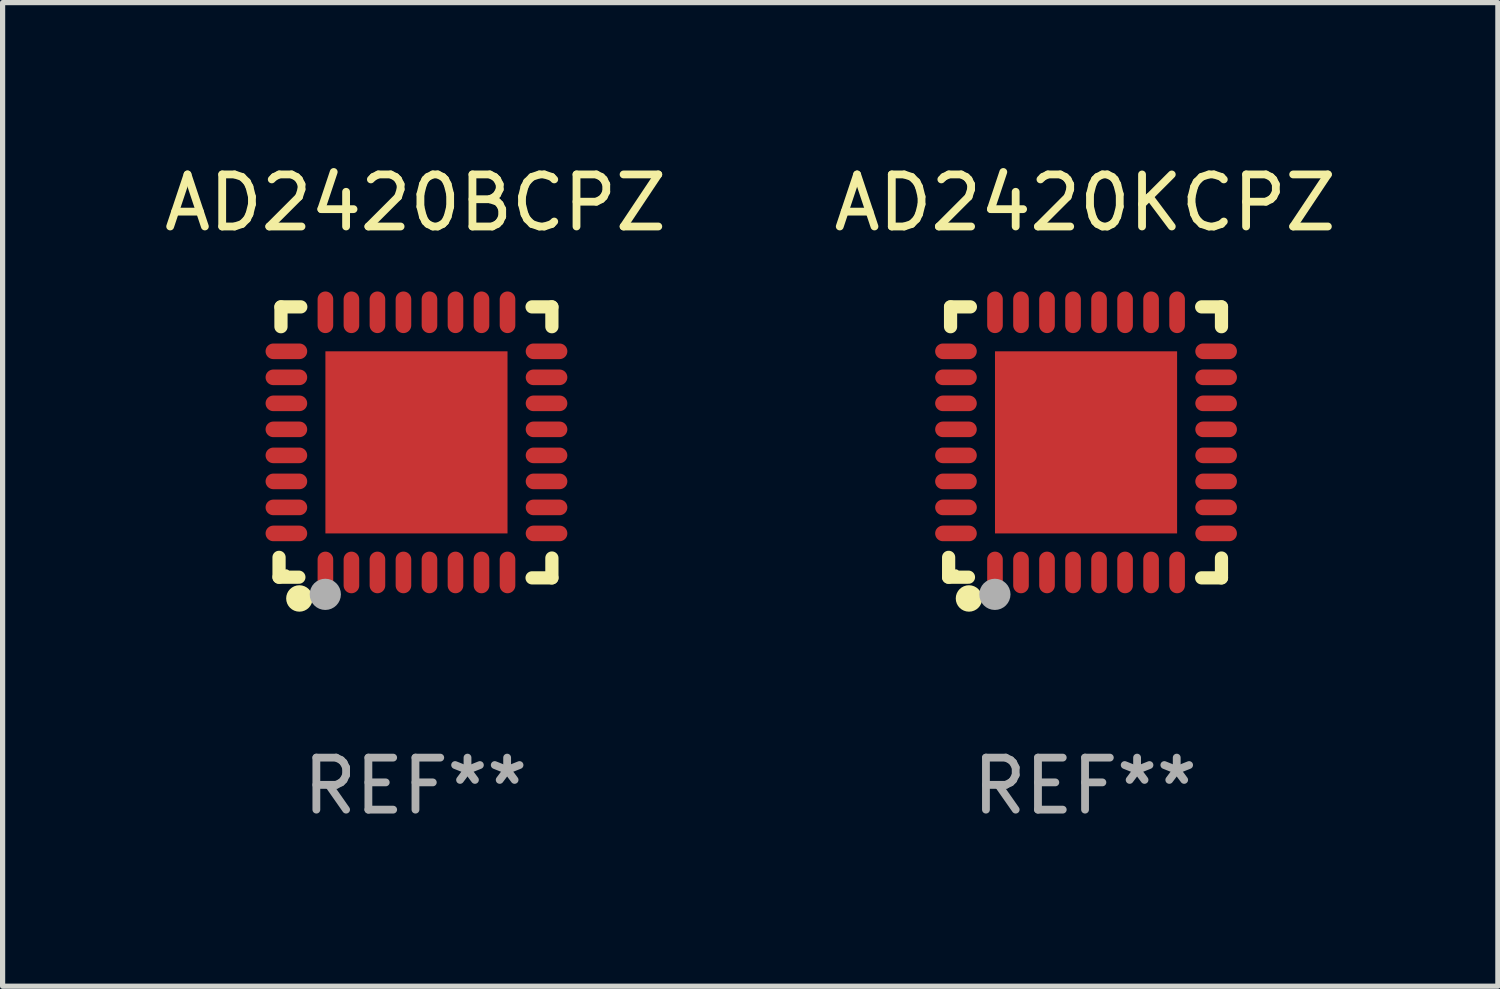
<source format=kicad_pcb>
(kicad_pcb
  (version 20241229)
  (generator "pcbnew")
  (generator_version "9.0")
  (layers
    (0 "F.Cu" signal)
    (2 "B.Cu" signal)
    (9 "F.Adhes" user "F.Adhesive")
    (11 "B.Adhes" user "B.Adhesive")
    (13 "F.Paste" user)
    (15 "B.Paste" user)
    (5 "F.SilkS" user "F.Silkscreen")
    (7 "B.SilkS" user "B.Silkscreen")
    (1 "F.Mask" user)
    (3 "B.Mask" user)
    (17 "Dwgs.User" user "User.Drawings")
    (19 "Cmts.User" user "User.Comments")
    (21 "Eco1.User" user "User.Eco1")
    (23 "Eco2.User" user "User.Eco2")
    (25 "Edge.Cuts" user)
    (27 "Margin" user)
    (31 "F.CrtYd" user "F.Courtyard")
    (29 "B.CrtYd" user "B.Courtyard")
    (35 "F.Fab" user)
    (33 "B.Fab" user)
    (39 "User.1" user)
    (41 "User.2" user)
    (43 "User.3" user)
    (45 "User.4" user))
  (footprint "AD2420KCPZ"
    (layer "F.Cu")
    (at 17.804 5.452)
    (property "Reference" "AD2420KCPZ" (at 0 -4.604 0) (layer "F.SilkS") (effects (font (size 1 1) (thickness 0.15))))
    (attr through_hole)
    (fp_line (start -2.622 2.21) (end -2.622 2.591) (stroke (width 0.254) (type solid)) (layer "F.SilkS"))
    (fp_line (start -2.622 2.591) (end -2.241 2.591) (stroke (width 0.254) (type solid)) (layer "F.SilkS"))
    (fp_line (start -2.585 -2.604) (end -2.585 -2.223) (stroke (width 0.254) (type solid)) (layer "F.SilkS"))
    (fp_line (start -2.204 -2.604) (end -2.585 -2.604) (stroke (width 0.254) (type solid)) (layer "F.SilkS"))
    (fp_line (start 2.241 2.604) (end 2.622 2.604) (stroke (width 0.254) (type solid)) (layer "F.SilkS"))
    (fp_line (start 2.622 -2.604) (end 2.241 -2.604) (stroke (width 0.254) (type solid)) (layer "F.SilkS"))
    (fp_line (start 2.622 -2.223) (end 2.622 -2.604) (stroke (width 0.254) (type solid)) (layer "F.SilkS"))
    (fp_line (start 2.622 2.604) (end 2.622 2.223) (stroke (width 0.254) (type solid)) (layer "F.SilkS"))
    (fp_circle (center -2.481 2.5) (end -2.451 2.5) (stroke (width 0.06) (type solid)) (fill no) (layer "F.SilkS"))
    (fp_circle (center -2.231 3) (end -2.104 3) (stroke (width 0.254) (type solid)) (fill no) (layer "F.SilkS"))
    (fp_circle (center -1.733 2.921) (end -1.583 2.921) (stroke (width 0.3) (type solid)) (fill no) (layer "F.Fab"))
    (fp_text user "REF**" (at 0 6.604 0) (layer "F.Fab") (effects (font (size 1 1) (thickness 0.15))))
    (pad "1" smd oval (at -1.731 2.5 90) (size 0.8 0.3) (layers "F.Cu" "F.Mask" "F.Paste"))
    (pad "2" smd oval (at -1.231 2.5 90) (size 0.8 0.3) (layers "F.Cu" "F.Mask" "F.Paste"))
    (pad "3" smd oval (at -0.731 2.5 90) (size 0.8 0.3) (layers "F.Cu" "F.Mask" "F.Paste"))
    (pad "4" smd oval (at -0.231 2.5 90) (size 0.8 0.3) (layers "F.Cu" "F.Mask" "F.Paste"))
    (pad "5" smd oval (at 0.269 2.5 90) (size 0.8 0.3) (layers "F.Cu" "F.Mask" "F.Paste"))
    (pad "6" smd oval (at 0.769 2.5 90) (size 0.8 0.3) (layers "F.Cu" "F.Mask" "F.Paste"))
    (pad "7" smd oval (at 1.269 2.5 90) (size 0.8 0.3) (layers "F.Cu" "F.Mask" "F.Paste"))
    (pad "8" smd oval (at 1.769 2.5 90) (size 0.8 0.3) (layers "F.Cu" "F.Mask" "F.Paste"))
    (pad "9" smd oval (at 2.519 1.75 180) (size 0.8 0.3) (layers "F.Cu" "F.Mask" "F.Paste"))
    (pad "10" smd oval (at 2.519 1.25 180) (size 0.8 0.3) (layers "F.Cu" "F.Mask" "F.Paste"))
    (pad "11" smd oval (at 2.519 0.75 180) (size 0.8 0.3) (layers "F.Cu" "F.Mask" "F.Paste"))
    (pad "12" smd oval (at 2.519 0.25 180) (size 0.8 0.3) (layers "F.Cu" "F.Mask" "F.Paste"))
    (pad "13" smd oval (at 2.519 -0.25 180) (size 0.8 0.3) (layers "F.Cu" "F.Mask" "F.Paste"))
    (pad "14" smd oval (at 2.519 -0.75 180) (size 0.8 0.3) (layers "F.Cu" "F.Mask" "F.Paste"))
    (pad "15" smd oval (at 2.519 -1.25 180) (size 0.8 0.3) (layers "F.Cu" "F.Mask" "F.Paste"))
    (pad "16" smd oval (at 2.519 -1.75 180) (size 0.8 0.3) (layers "F.Cu" "F.Mask" "F.Paste"))
    (pad "17" smd oval (at 1.769 -2.5 270) (size 0.8 0.3) (layers "F.Cu" "F.Mask" "F.Paste"))
    (pad "18" smd oval (at 1.269 -2.5 270) (size 0.8 0.3) (layers "F.Cu" "F.Mask" "F.Paste"))
    (pad "19" smd oval (at 0.769 -2.5 270) (size 0.8 0.3) (layers "F.Cu" "F.Mask" "F.Paste"))
    (pad "20" smd oval (at 0.269 -2.5 270) (size 0.8 0.3) (layers "F.Cu" "F.Mask" "F.Paste"))
    (pad "21" smd oval (at -0.231 -2.5 270) (size 0.8 0.3) (layers "F.Cu" "F.Mask" "F.Paste"))
    (pad "22" smd oval (at -0.731 -2.5 270) (size 0.8 0.3) (layers "F.Cu" "F.Mask" "F.Paste"))
    (pad "23" smd oval (at -1.231 -2.5 270) (size 0.8 0.3) (layers "F.Cu" "F.Mask" "F.Paste"))
    (pad "24" smd oval (at -1.731 -2.5 270) (size 0.8 0.3) (layers "F.Cu" "F.Mask" "F.Paste"))
    (pad "25" smd oval (at -2.481 -1.75) (size 0.8 0.3) (layers "F.Cu" "F.Mask" "F.Paste"))
    (pad "26" smd oval (at -2.481 -1.25) (size 0.8 0.3) (layers "F.Cu" "F.Mask" "F.Paste"))
    (pad "27" smd oval (at -2.481 -0.75) (size 0.8 0.3) (layers "F.Cu" "F.Mask" "F.Paste"))
    (pad "28" smd oval (at -2.481 -0.25) (size 0.8 0.3) (layers "F.Cu" "F.Mask" "F.Paste"))
    (pad "29" smd oval (at -2.481 0.25) (size 0.8 0.3) (layers "F.Cu" "F.Mask" "F.Paste"))
    (pad "30" smd oval (at -2.481 0.75) (size 0.8 0.3) (layers "F.Cu" "F.Mask" "F.Paste"))
    (pad "31" smd oval (at -2.481 1.25) (size 0.8 0.3) (layers "F.Cu" "F.Mask" "F.Paste"))
    (pad "32" smd oval (at -2.481 1.75) (size 0.8 0.3) (layers "F.Cu" "F.Mask" "F.Paste"))
    (pad "33" smd rect (at 0.019 -0.000025 90) (size 3.5 3.5) (layers "F.Cu" "F.Mask" "F.Paste")))
  (footprint "AD2420BCPZ"
    (layer "F.Cu")
    (at 4.935 5.452)
    (property "Reference" "AD2420BCPZ" (at 0 -4.604 0) (layer "F.SilkS") (effects (font (size 1 1) (thickness 0.15))))
    (attr through_hole)
    (fp_line (start -2.622 2.21) (end -2.622 2.591) (stroke (width 0.254) (type solid)) (layer "F.SilkS"))
    (fp_line (start -2.622 2.591) (end -2.241 2.591) (stroke (width 0.254) (type solid)) (layer "F.SilkS"))
    (fp_line (start -2.585 -2.604) (end -2.585 -2.223) (stroke (width 0.254) (type solid)) (layer "F.SilkS"))
    (fp_line (start -2.204 -2.604) (end -2.585 -2.604) (stroke (width 0.254) (type solid)) (layer "F.SilkS"))
    (fp_line (start 2.241 2.604) (end 2.622 2.604) (stroke (width 0.254) (type solid)) (layer "F.SilkS"))
    (fp_line (start 2.622 -2.604) (end 2.241 -2.604) (stroke (width 0.254) (type solid)) (layer "F.SilkS"))
    (fp_line (start 2.622 -2.223) (end 2.622 -2.604) (stroke (width 0.254) (type solid)) (layer "F.SilkS"))
    (fp_line (start 2.622 2.604) (end 2.622 2.223) (stroke (width 0.254) (type solid)) (layer "F.SilkS"))
    (fp_circle (center -2.481 2.5) (end -2.451 2.5) (stroke (width 0.06) (type solid)) (fill no) (layer "F.SilkS"))
    (fp_circle (center -2.231 3) (end -2.104 3) (stroke (width 0.254) (type solid)) (fill no) (layer "F.SilkS"))
    (fp_circle (center -1.733 2.921) (end -1.583 2.921) (stroke (width 0.3) (type solid)) (fill no) (layer "F.Fab"))
    (fp_text user "REF**" (at 0 6.604 0) (layer "F.Fab") (effects (font (size 1 1) (thickness 0.15))))
    (pad "1" smd oval (at -1.731 2.5 90) (size 0.8 0.3) (layers "F.Cu" "F.Mask" "F.Paste"))
    (pad "2" smd oval (at -1.231 2.5 90) (size 0.8 0.3) (layers "F.Cu" "F.Mask" "F.Paste"))
    (pad "3" smd oval (at -0.731 2.5 90) (size 0.8 0.3) (layers "F.Cu" "F.Mask" "F.Paste"))
    (pad "4" smd oval (at -0.231 2.5 90) (size 0.8 0.3) (layers "F.Cu" "F.Mask" "F.Paste"))
    (pad "5" smd oval (at 0.269 2.5 90) (size 0.8 0.3) (layers "F.Cu" "F.Mask" "F.Paste"))
    (pad "6" smd oval (at 0.769 2.5 90) (size 0.8 0.3) (layers "F.Cu" "F.Mask" "F.Paste"))
    (pad "7" smd oval (at 1.269 2.5 90) (size 0.8 0.3) (layers "F.Cu" "F.Mask" "F.Paste"))
    (pad "8" smd oval (at 1.769 2.5 90) (size 0.8 0.3) (layers "F.Cu" "F.Mask" "F.Paste"))
    (pad "9" smd oval (at 2.519 1.75 180) (size 0.8 0.3) (layers "F.Cu" "F.Mask" "F.Paste"))
    (pad "10" smd oval (at 2.519 1.25 180) (size 0.8 0.3) (layers "F.Cu" "F.Mask" "F.Paste"))
    (pad "11" smd oval (at 2.519 0.75 180) (size 0.8 0.3) (layers "F.Cu" "F.Mask" "F.Paste"))
    (pad "12" smd oval (at 2.519 0.25 180) (size 0.8 0.3) (layers "F.Cu" "F.Mask" "F.Paste"))
    (pad "13" smd oval (at 2.519 -0.25 180) (size 0.8 0.3) (layers "F.Cu" "F.Mask" "F.Paste"))
    (pad "14" smd oval (at 2.519 -0.75 180) (size 0.8 0.3) (layers "F.Cu" "F.Mask" "F.Paste"))
    (pad "15" smd oval (at 2.519 -1.25 180) (size 0.8 0.3) (layers "F.Cu" "F.Mask" "F.Paste"))
    (pad "16" smd oval (at 2.519 -1.75 180) (size 0.8 0.3) (layers "F.Cu" "F.Mask" "F.Paste"))
    (pad "17" smd oval (at 1.769 -2.5 270) (size 0.8 0.3) (layers "F.Cu" "F.Mask" "F.Paste"))
    (pad "18" smd oval (at 1.269 -2.5 270) (size 0.8 0.3) (layers "F.Cu" "F.Mask" "F.Paste"))
    (pad "19" smd oval (at 0.769 -2.5 270) (size 0.8 0.3) (layers "F.Cu" "F.Mask" "F.Paste"))
    (pad "20" smd oval (at 0.269 -2.5 270) (size 0.8 0.3) (layers "F.Cu" "F.Mask" "F.Paste"))
    (pad "21" smd oval (at -0.231 -2.5 270) (size 0.8 0.3) (layers "F.Cu" "F.Mask" "F.Paste"))
    (pad "22" smd oval (at -0.731 -2.5 270) (size 0.8 0.3) (layers "F.Cu" "F.Mask" "F.Paste"))
    (pad "23" smd oval (at -1.231 -2.5 270) (size 0.8 0.3) (layers "F.Cu" "F.Mask" "F.Paste"))
    (pad "24" smd oval (at -1.731 -2.5 270) (size 0.8 0.3) (layers "F.Cu" "F.Mask" "F.Paste"))
    (pad "25" smd oval (at -2.481 -1.75) (size 0.8 0.3) (layers "F.Cu" "F.Mask" "F.Paste"))
    (pad "26" smd oval (at -2.481 -1.25) (size 0.8 0.3) (layers "F.Cu" "F.Mask" "F.Paste"))
    (pad "27" smd oval (at -2.481 -0.75) (size 0.8 0.3) (layers "F.Cu" "F.Mask" "F.Paste"))
    (pad "28" smd oval (at -2.481 -0.25) (size 0.8 0.3) (layers "F.Cu" "F.Mask" "F.Paste"))
    (pad "29" smd oval (at -2.481 0.25) (size 0.8 0.3) (layers "F.Cu" "F.Mask" "F.Paste"))
    (pad "30" smd oval (at -2.481 0.75) (size 0.8 0.3) (layers "F.Cu" "F.Mask" "F.Paste"))
    (pad "31" smd oval (at -2.481 1.25) (size 0.8 0.3) (layers "F.Cu" "F.Mask" "F.Paste"))
    (pad "32" smd oval (at -2.481 1.75) (size 0.8 0.3) (layers "F.Cu" "F.Mask" "F.Paste"))
    (pad "33" smd rect (at 0.019 -0.000025 90) (size 3.5 3.5) (layers "F.Cu" "F.Mask" "F.Paste")))
  (gr_rect
    (start -3 -3)
    (end 25.738 15.904)
    (stroke (width 0.1) (type default))
    (fill no)
    (layer "Edge.Cuts")))
</source>
